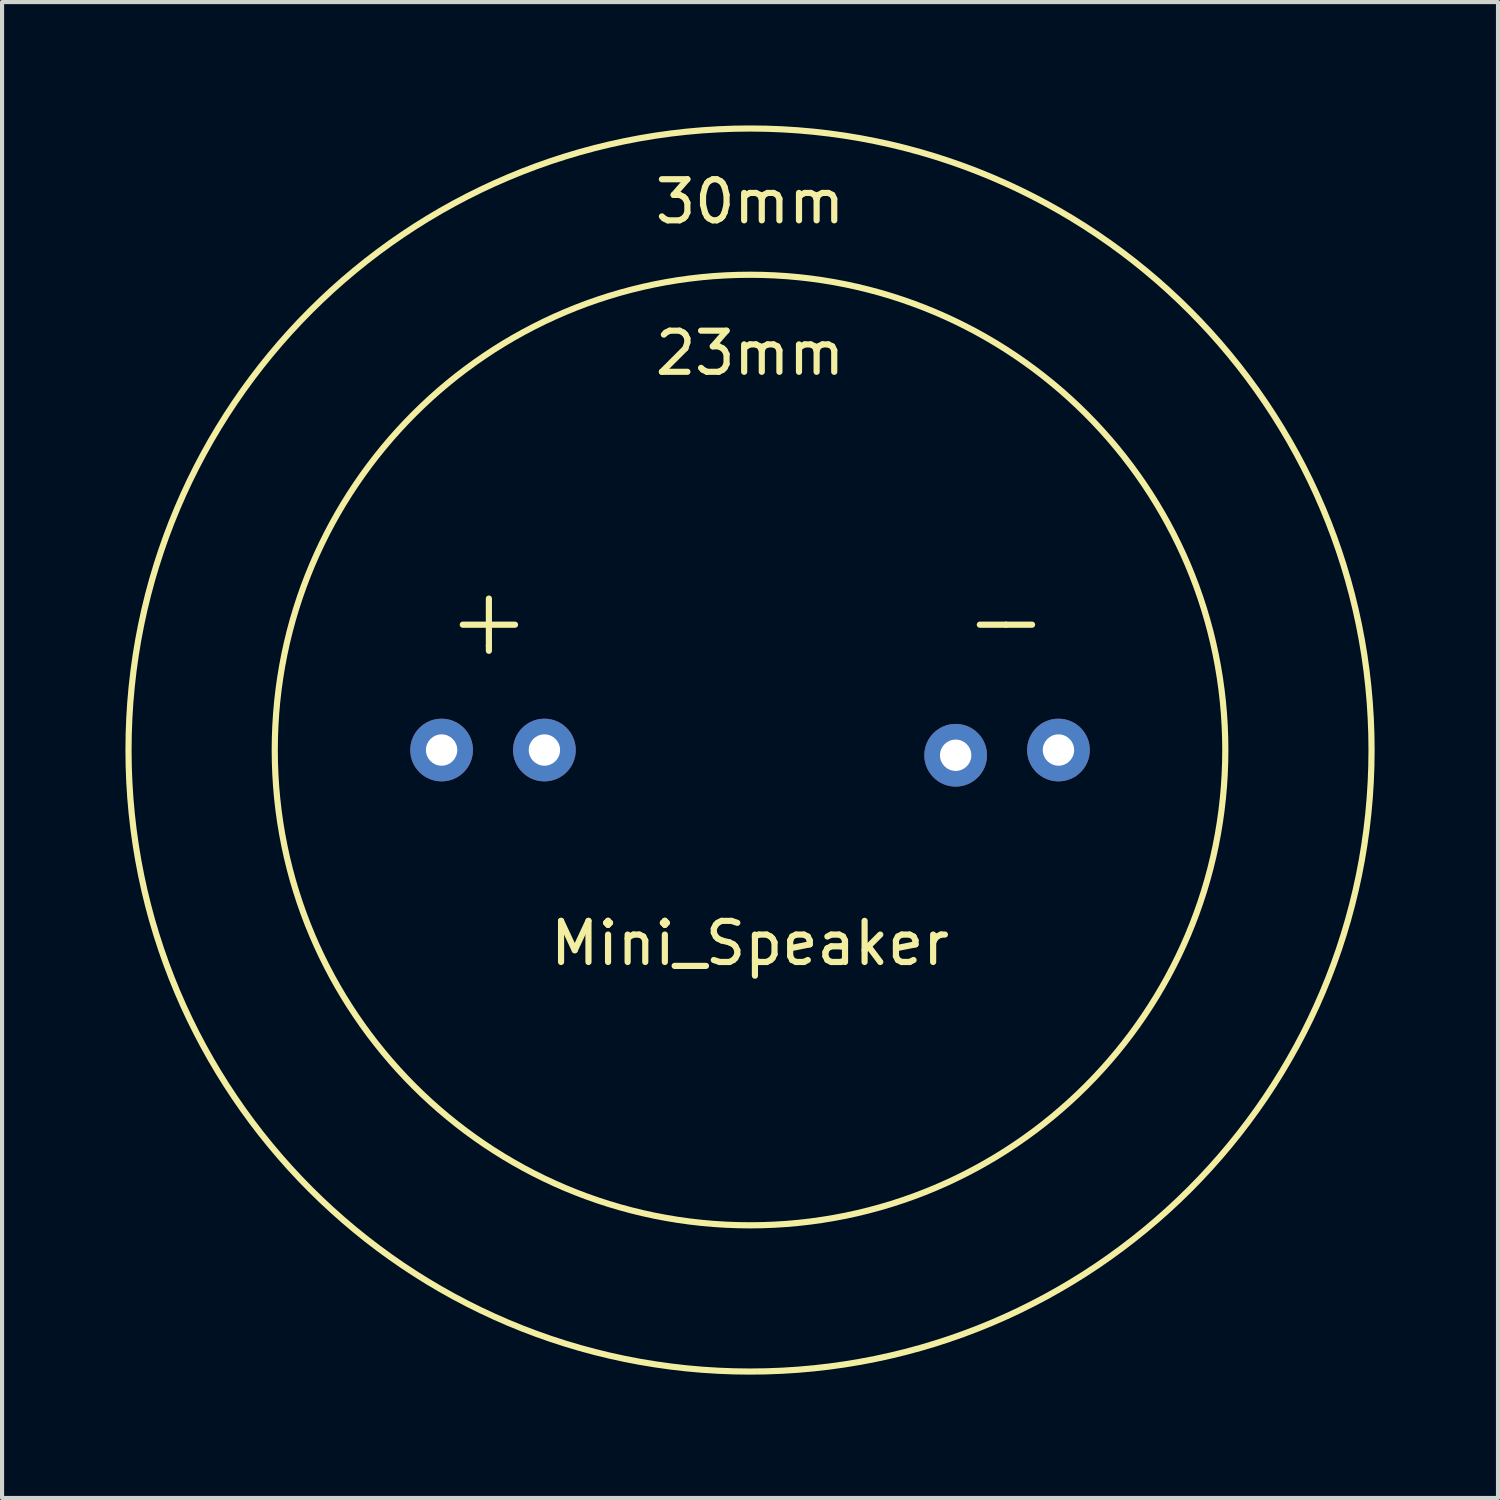
<source format=kicad_pcb>
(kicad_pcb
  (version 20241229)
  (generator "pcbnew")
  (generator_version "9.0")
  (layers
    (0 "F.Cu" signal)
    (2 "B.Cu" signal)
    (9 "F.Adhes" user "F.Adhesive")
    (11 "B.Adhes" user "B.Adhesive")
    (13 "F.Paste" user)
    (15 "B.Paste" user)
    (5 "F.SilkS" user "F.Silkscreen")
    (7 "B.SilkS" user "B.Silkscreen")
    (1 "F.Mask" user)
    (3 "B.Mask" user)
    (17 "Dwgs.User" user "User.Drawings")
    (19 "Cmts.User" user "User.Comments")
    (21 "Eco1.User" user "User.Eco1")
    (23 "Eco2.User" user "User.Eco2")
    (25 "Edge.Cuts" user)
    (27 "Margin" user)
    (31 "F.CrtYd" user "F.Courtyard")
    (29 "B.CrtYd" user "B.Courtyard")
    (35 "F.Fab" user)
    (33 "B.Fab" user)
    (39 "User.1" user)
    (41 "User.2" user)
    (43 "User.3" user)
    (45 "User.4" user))
  (footprint "Mini_Speaker"
    (layer "F.Cu")
    (at 15.188 15.188)
    (property "Reference" "Mini_Speaker" (at 0 4.699 0) (layer "F.SilkS") (effects (font (size 1 1) (thickness 0.15))))
    (attr through_hole)
    (fp_line (start -6.35 -3.683) (end -6.35 -2.54) (stroke (width 0.15) (type solid)) (layer "F.SilkS"))
    (fp_line (start -6.35 -3.048) (end -6.985 -3.048) (stroke (width 0.15) (type solid)) (layer "F.SilkS"))
    (fp_line (start -6.35 -3.048) (end -5.715 -3.048) (stroke (width 0.15) (type solid)) (layer "F.SilkS"))
    (fp_line (start -6.35 -2.54) (end -6.35 -2.413) (stroke (width 0.15) (type solid)) (layer "F.SilkS"))
    (fp_line (start 6.223 -3.048) (end 5.588 -3.048) (stroke (width 0.15) (type solid)) (layer "F.SilkS"))
    (fp_line (start 6.223 -3.048) (end 6.858 -3.048) (stroke (width 0.15) (type solid)) (layer "F.SilkS"))
    (fp_circle (center 0 0) (end -15.113 0) (stroke (width 0.15) (type solid)) (fill no) (layer "F.SilkS"))
    (fp_circle (center 0 0) (end -11.557 0) (stroke (width 0.15) (type solid)) (fill no) (layer "F.SilkS"))
    (fp_text user "30mm" (at 0 -13.335 0) (layer "F.SilkS") (effects (font (size 1 1) (thickness 0.15))))
    (fp_text user "23mm" (at 0 -9.652 0) (layer "F.SilkS") (effects (font (size 1 1) (thickness 0.15))))
    (pad "1" thru_hole circle (at -7.5 0) (size 1.524 1.524) (drill 0.762) (layers "*.Cu" "*.Mask"))
    (pad "1" thru_hole circle (at -5 0) (size 1.524 1.524) (drill 0.762) (layers "*.Cu" "*.Mask"))
    (pad "2" thru_hole circle (at 5 0.127) (size 1.524 1.524) (drill 0.762) (layers "*.Cu" "*.Mask"))
    (pad "2" thru_hole circle (at 7.5 0) (size 1.524 1.524) (drill 0.762) (layers "*.Cu" "*.Mask")))
  (gr_rect
    (start -3 -3)
    (end 33.376 33.376)
    (stroke (width 0.1) (type default))
    (fill no)
    (layer "Edge.Cuts")))
</source>
